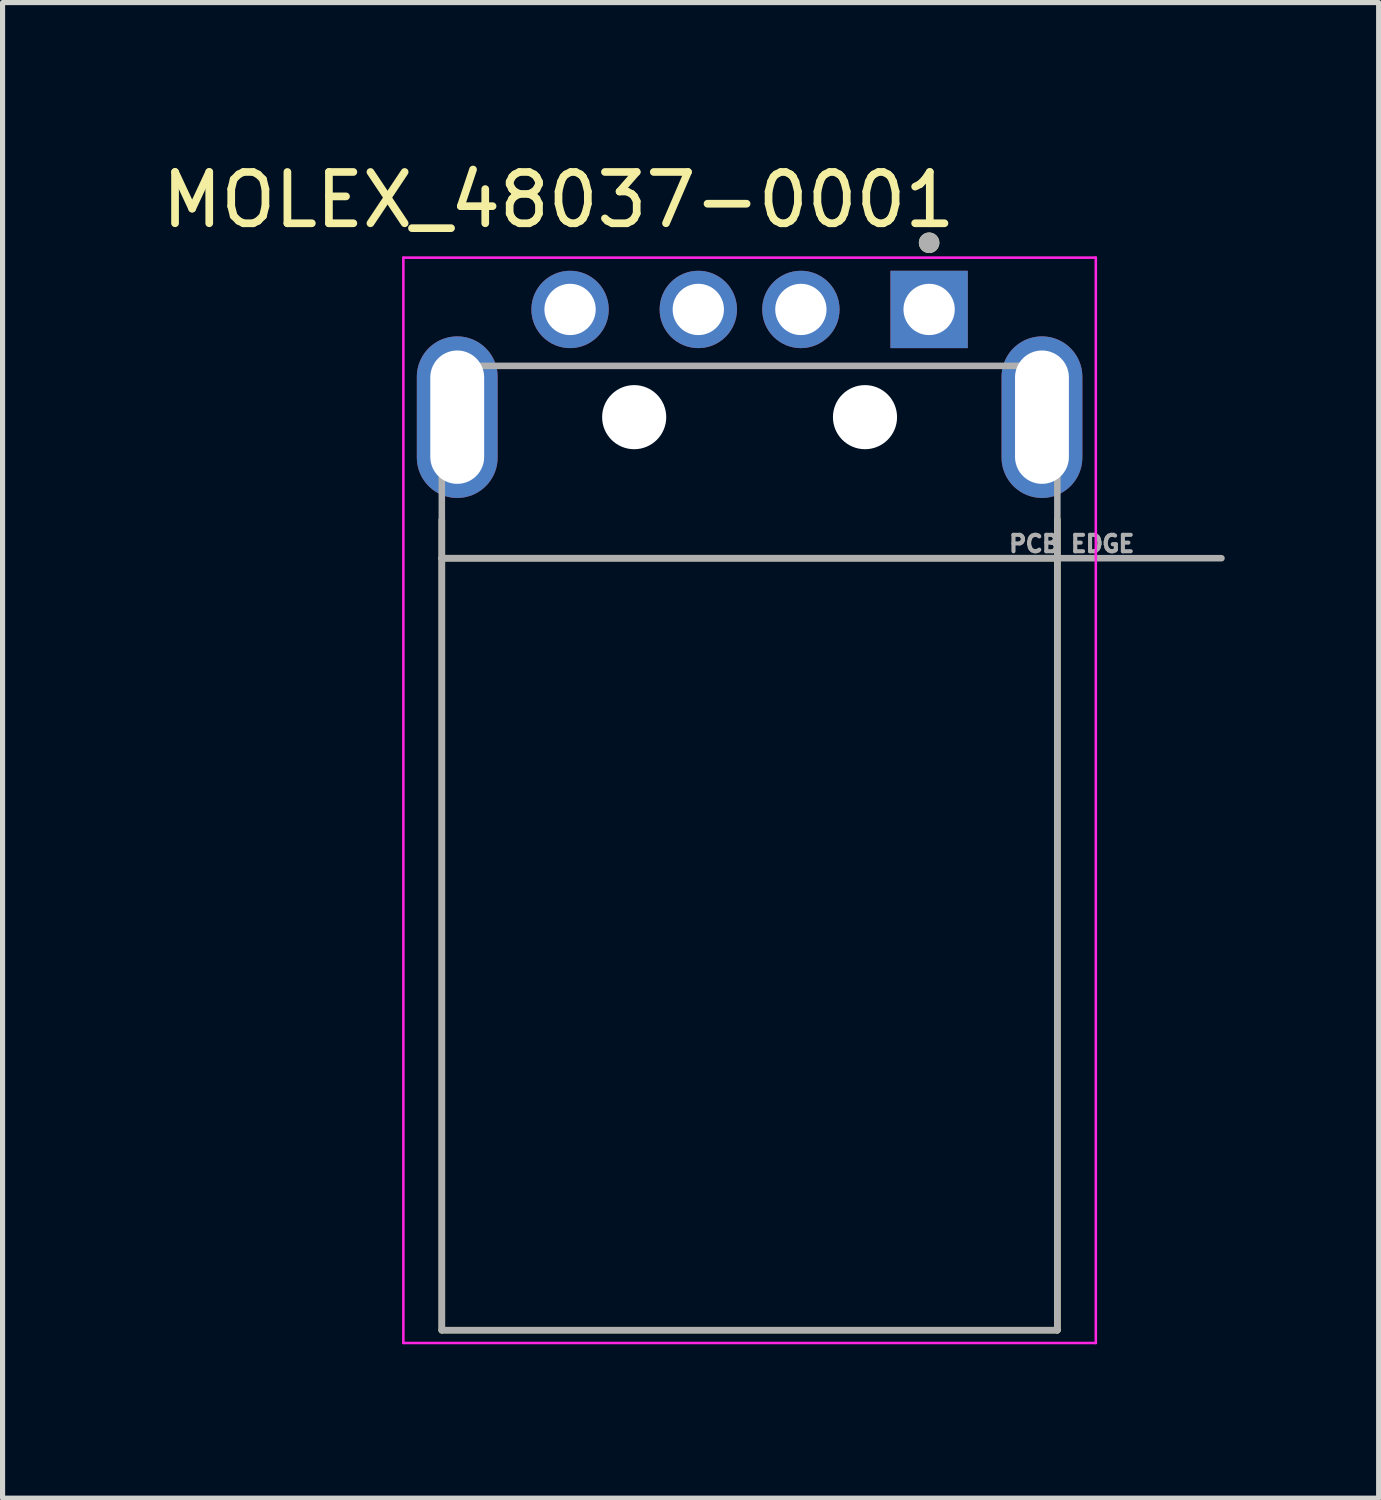
<source format=kicad_pcb>
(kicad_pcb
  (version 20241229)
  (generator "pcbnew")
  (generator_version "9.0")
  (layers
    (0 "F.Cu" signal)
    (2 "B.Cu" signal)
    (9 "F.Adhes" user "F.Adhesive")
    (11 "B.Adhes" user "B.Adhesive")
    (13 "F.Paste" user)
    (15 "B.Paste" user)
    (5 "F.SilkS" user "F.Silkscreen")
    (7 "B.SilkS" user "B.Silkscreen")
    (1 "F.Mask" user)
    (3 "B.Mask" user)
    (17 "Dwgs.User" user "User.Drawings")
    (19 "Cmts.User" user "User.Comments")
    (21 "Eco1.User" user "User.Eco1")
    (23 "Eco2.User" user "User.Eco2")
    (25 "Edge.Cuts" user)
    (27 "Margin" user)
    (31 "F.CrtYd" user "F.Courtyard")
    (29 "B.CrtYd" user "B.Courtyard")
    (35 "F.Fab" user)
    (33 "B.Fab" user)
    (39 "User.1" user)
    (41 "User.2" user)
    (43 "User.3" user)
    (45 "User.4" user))
  (footprint "MOLEX_48037-0001"
    (layer "F.Cu")
    (at 11.564 5.083)
    (property "Reference" "MOLEX_48037-0001" (at -3.725 -4.235 0) (layer "F.SilkS") (effects (font (size 1 1) (thickness 0.15))))
    (attr through_hole)
    (fp_line (start -6 2) (end -6 2.75) (stroke (width 0.127) (type solid)) (layer "F.SilkS"))
    (fp_line (start -6 2.75) (end -6 17.8) (stroke (width 0.127) (type solid)) (layer "F.SilkS"))
    (fp_line (start -6 2.75) (end 6 2.75) (stroke (width 0.127) (type solid)) (layer "F.SilkS"))
    (fp_line (start -6 17.8) (end 6 17.8) (stroke (width 0.127) (type solid)) (layer "F.SilkS"))
    (fp_line (start 6 2.75) (end 6 2) (stroke (width 0.127) (type solid)) (layer "F.SilkS"))
    (fp_line (start 6 17.8) (end 6 2.75) (stroke (width 0.127) (type solid)) (layer "F.SilkS"))
    (fp_circle (center 3.5 -3.4) (end 3.6 -3.4) (stroke (width 0.2) (type solid)) (fill no) (layer "F.SilkS"))
    (fp_line (start -6.75 -3.11) (end -6.75 18.05) (stroke (width 0.05) (type solid)) (layer "F.CrtYd"))
    (fp_line (start -6.75 18.05) (end 6.75 18.05) (stroke (width 0.05) (type solid)) (layer "F.CrtYd"))
    (fp_line (start 6.75 -3.11) (end -6.75 -3.11) (stroke (width 0.05) (type solid)) (layer "F.CrtYd"))
    (fp_line (start 6.75 18.05) (end 6.75 -3.11) (stroke (width 0.05) (type solid)) (layer "F.CrtYd"))
    (fp_line (start -6 -1) (end -6 2.75) (stroke (width 0.127) (type solid)) (layer "F.Fab"))
    (fp_line (start -6 2.75) (end -6 17.8) (stroke (width 0.127) (type solid)) (layer "F.Fab"))
    (fp_line (start -6 2.75) (end 6 2.75) (stroke (width 0.127) (type solid)) (layer "F.Fab"))
    (fp_line (start -6 17.8) (end 6 17.8) (stroke (width 0.127) (type solid)) (layer "F.Fab"))
    (fp_line (start 6 -1) (end -6 -1) (stroke (width 0.127) (type solid)) (layer "F.Fab"))
    (fp_line (start 6 2.75) (end 6 -1) (stroke (width 0.127) (type solid)) (layer "F.Fab"))
    (fp_line (start 6 2.75) (end 9.2 2.75) (stroke (width 0.127) (type solid)) (layer "F.Fab"))
    (fp_line (start 6 17.8) (end 6 2.75) (stroke (width 0.127) (type solid)) (layer "F.Fab"))
    (fp_circle (center 3.5 -3.4) (end 3.6 -3.4) (stroke (width 0.2) (type solid)) (fill no) (layer "F.Fab"))
    (fp_text user "PCB EDGE" (at 6.28 2.47 0) (layer "F.Fab") (effects (font (size 0.32 0.32) (thickness 0.15))))
    (pad "" np_thru_hole circle (at -2.25 0) (size 1.25 1.25) (drill 1.25) (layers "*.Cu" "*.Mask"))
    (pad "" np_thru_hole circle (at 2.25 0) (size 1.25 1.25) (drill 1.25) (layers "*.Cu" "*.Mask"))
    (pad "1" thru_hole rect (at 3.5 -2.1) (size 1.508 1.508) (drill 1) (layers "*.Cu" "*.Mask"))
    (pad "2" thru_hole circle (at 1 -2.1) (size 1.508 1.508) (drill 1) (layers "*.Cu" "*.Mask"))
    (pad "3" thru_hole circle (at -1 -2.1) (size 1.508 1.508) (drill 1) (layers "*.Cu" "*.Mask"))
    (pad "4" thru_hole circle (at -3.5 -2.1) (size 1.508 1.508) (drill 1) (layers "*.Cu" "*.Mask"))
    (pad "5" thru_hole oval (at -5.7 0) (size 1.575 3.15) (drill oval 1.05 2.6) (layers "*.Cu" "*.Mask"))
    (pad "5" thru_hole oval (at 5.7 0) (size 1.575 3.15) (drill oval 1.05 2.6) (layers "*.Cu" "*.Mask")))
  (gr_rect
    (start -3 -3)
    (end 23.828 26.158)
    (stroke (width 0.1) (type default))
    (fill no)
    (layer "Edge.Cuts")))
</source>
